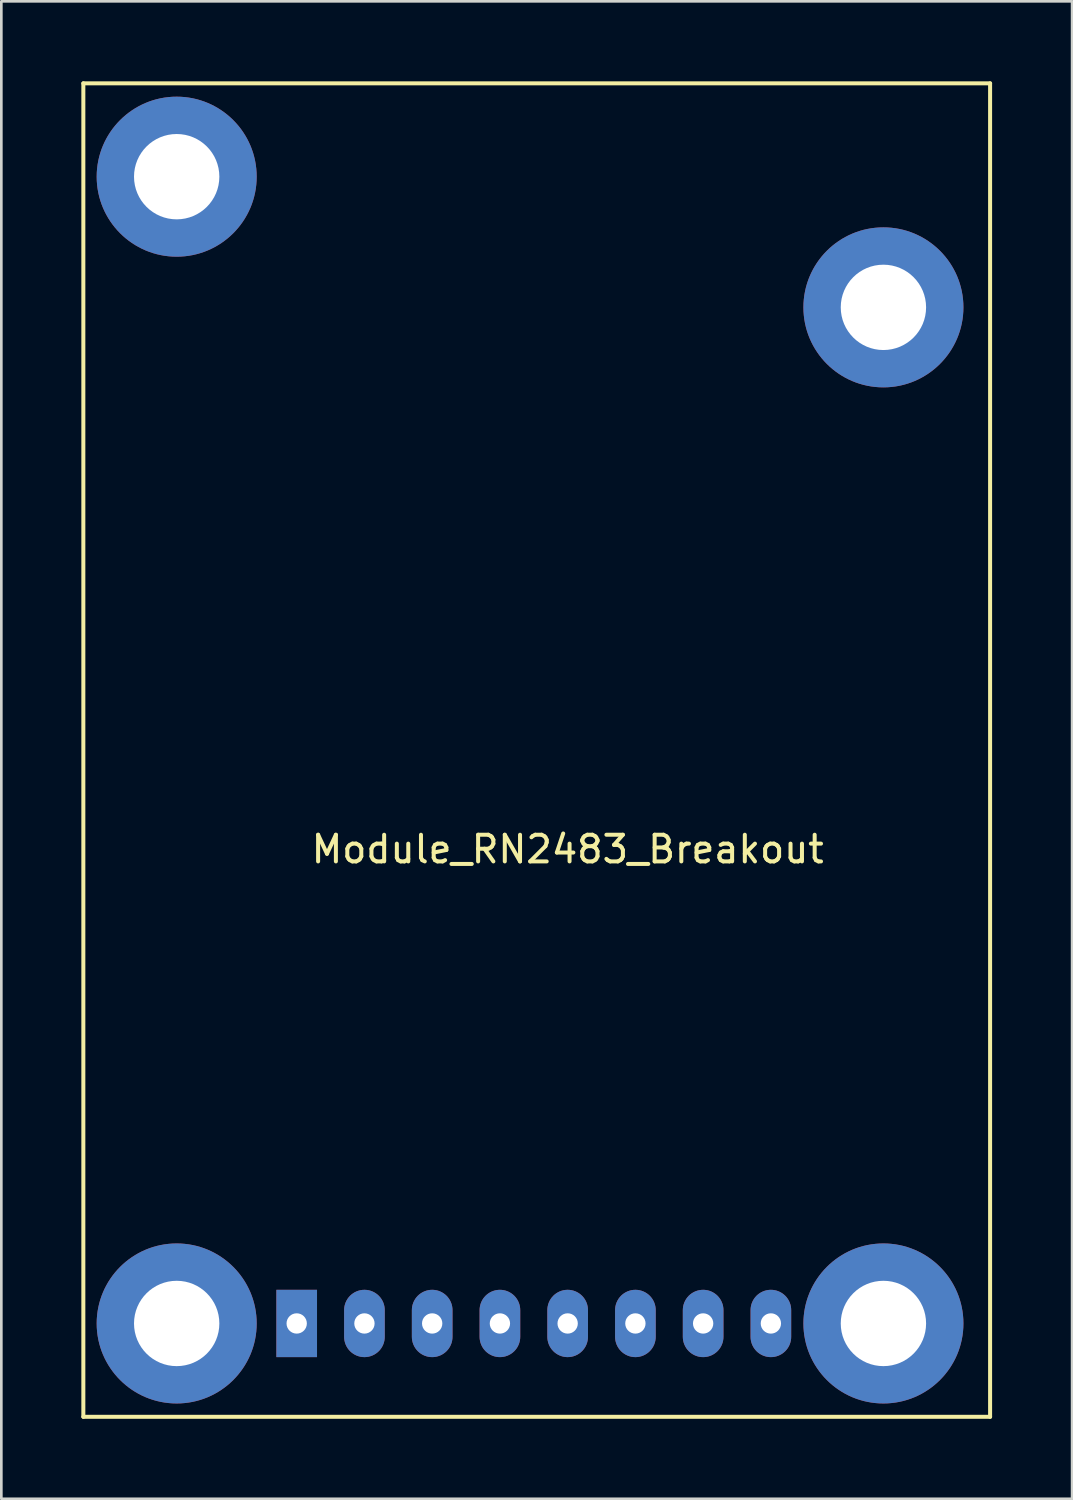
<source format=kicad_pcb>
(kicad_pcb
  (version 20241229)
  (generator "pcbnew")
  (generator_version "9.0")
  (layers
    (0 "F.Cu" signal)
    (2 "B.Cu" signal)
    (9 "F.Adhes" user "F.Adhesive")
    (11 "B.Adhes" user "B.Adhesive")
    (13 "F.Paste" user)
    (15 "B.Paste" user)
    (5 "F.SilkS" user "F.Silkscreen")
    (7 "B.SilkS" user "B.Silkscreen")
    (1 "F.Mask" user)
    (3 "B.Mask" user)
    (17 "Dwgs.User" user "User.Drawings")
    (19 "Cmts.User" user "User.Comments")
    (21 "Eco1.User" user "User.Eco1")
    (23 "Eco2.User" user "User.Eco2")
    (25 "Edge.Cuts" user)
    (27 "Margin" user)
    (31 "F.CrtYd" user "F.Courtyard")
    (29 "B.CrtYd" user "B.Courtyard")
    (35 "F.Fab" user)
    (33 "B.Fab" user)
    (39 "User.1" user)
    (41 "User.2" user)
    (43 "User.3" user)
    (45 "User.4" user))
  (footprint "Module_RN2483_Breakout"
    (layer "F.Cu")
    (at 8.075 46.575)
    (property "Reference" "Module_RN2483_Breakout" (at 10.16 -17.78 0) (layer "F.SilkS") (effects (font (size 1 1) (thickness 0.15))))
    (attr through_hole)
    (fp_line (start -8 -46.5) (end 26 -46.5) (stroke (width 0.15) (type solid)) (layer "F.SilkS"))
    (fp_line (start -8 3.5) (end -8 -46.5) (stroke (width 0.15) (type solid)) (layer "F.SilkS"))
    (fp_line (start 26 -46.5) (end 26 3.5) (stroke (width 0.15) (type solid)) (layer "F.SilkS"))
    (fp_line (start 26 3.5) (end -8 3.5) (stroke (width 0.15) (type solid)) (layer "F.SilkS"))
    (pad "" np_thru_hole circle (at -4.5 -43) (size 6 6) (drill 3.2) (layers "*.Cu" "*.Mask"))
    (pad "" np_thru_hole circle (at -4.5 0) (size 6 6) (drill 3.2) (layers "*.Cu" "*.Mask"))
    (pad "" np_thru_hole circle (at 22 -38.1) (size 6 6) (drill 3.2) (layers "*.Cu" "*.Mask"))
    (pad "" np_thru_hole circle (at 22 0) (size 6 6) (drill 3.2) (layers "*.Cu" "*.Mask"))
    (pad "1" thru_hole rect (at 0 0) (size 1.524 2.524) (drill 0.762) (layers "*.Cu" "*.Mask"))
    (pad "2" thru_hole oval (at 2.54 0) (size 1.524 2.524) (drill 0.762) (layers "*.Cu" "*.Mask"))
    (pad "3" thru_hole oval (at 5.08 0) (size 1.524 2.524) (drill 0.762) (layers "*.Cu" "*.Mask"))
    (pad "4" thru_hole oval (at 7.62 0) (size 1.524 2.524) (drill 0.762) (layers "*.Cu" "*.Mask"))
    (pad "5" thru_hole oval (at 10.16 0) (size 1.524 2.524) (drill 0.762) (layers "*.Cu" "*.Mask"))
    (pad "6" thru_hole oval (at 12.7 0) (size 1.524 2.524) (drill 0.762) (layers "*.Cu" "*.Mask"))
    (pad "7" thru_hole oval (at 15.24 0) (size 1.524 2.524) (drill 0.762) (layers "*.Cu" "*.Mask"))
    (pad "8" thru_hole oval (at 17.78 0) (size 1.524 2.524) (drill 0.762) (layers "*.Cu" "*.Mask")))
  (gr_rect
    (start -3 -3)
    (end 37.15 53.15)
    (stroke (width 0.1) (type default))
    (fill no)
    (layer "Edge.Cuts")))
</source>
